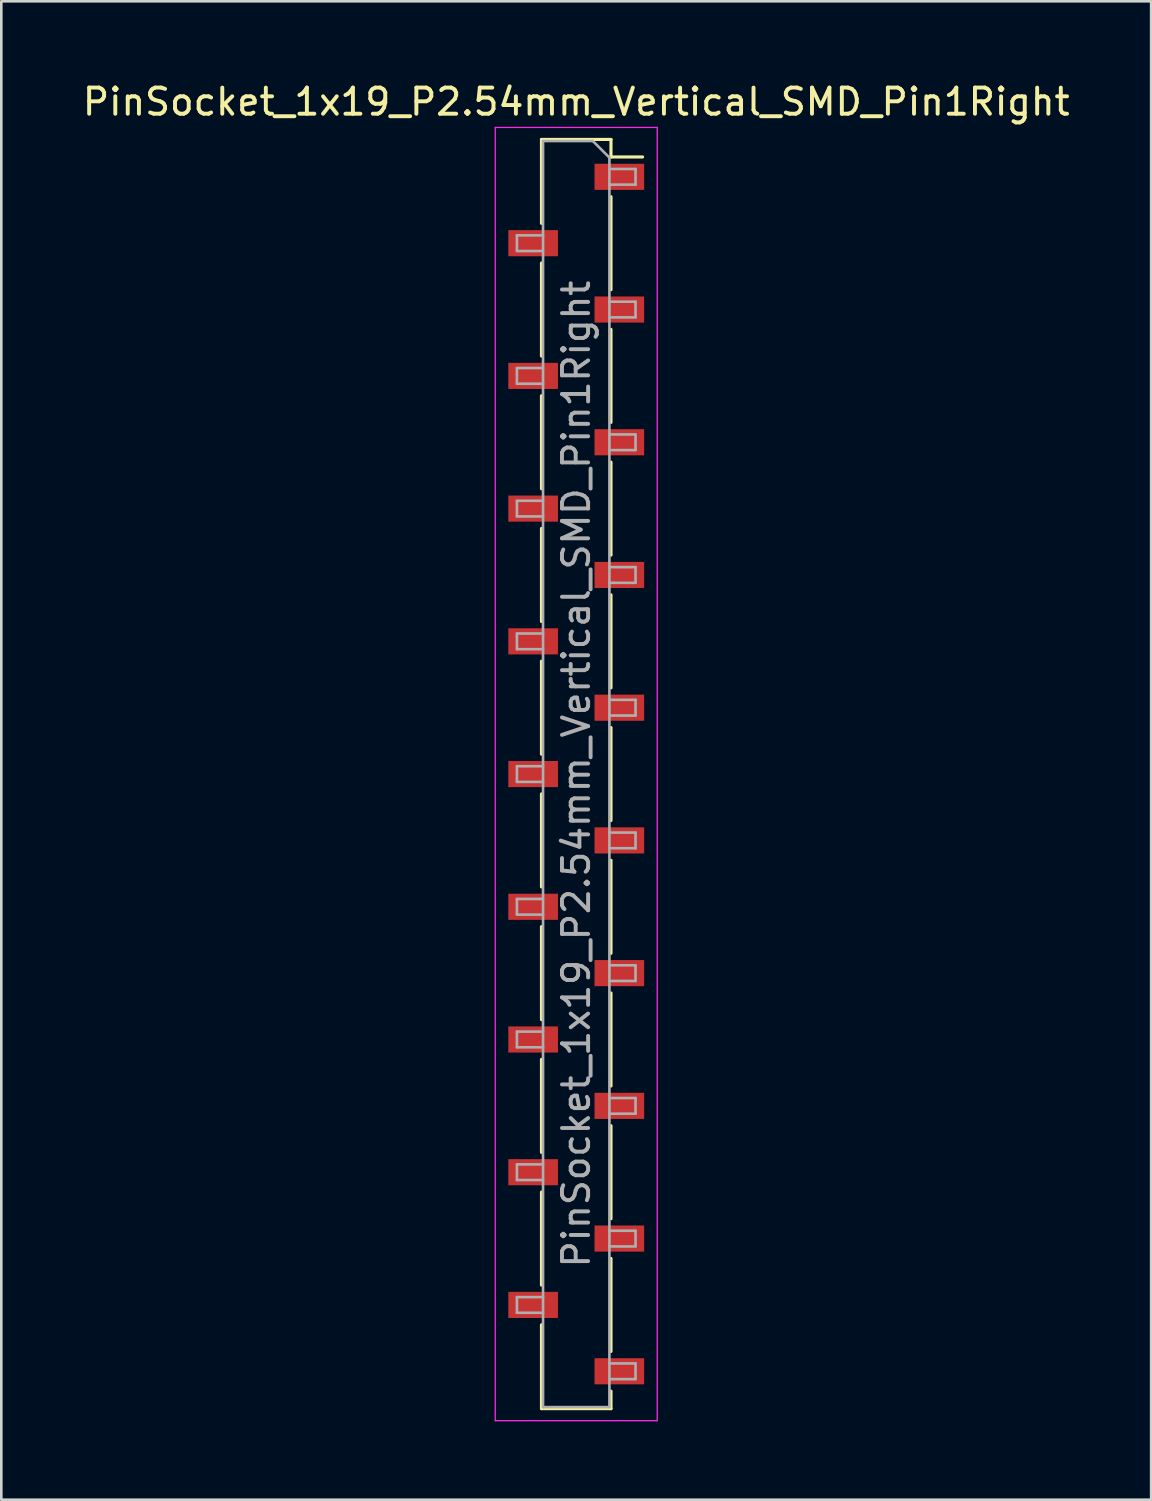
<source format=kicad_pcb>
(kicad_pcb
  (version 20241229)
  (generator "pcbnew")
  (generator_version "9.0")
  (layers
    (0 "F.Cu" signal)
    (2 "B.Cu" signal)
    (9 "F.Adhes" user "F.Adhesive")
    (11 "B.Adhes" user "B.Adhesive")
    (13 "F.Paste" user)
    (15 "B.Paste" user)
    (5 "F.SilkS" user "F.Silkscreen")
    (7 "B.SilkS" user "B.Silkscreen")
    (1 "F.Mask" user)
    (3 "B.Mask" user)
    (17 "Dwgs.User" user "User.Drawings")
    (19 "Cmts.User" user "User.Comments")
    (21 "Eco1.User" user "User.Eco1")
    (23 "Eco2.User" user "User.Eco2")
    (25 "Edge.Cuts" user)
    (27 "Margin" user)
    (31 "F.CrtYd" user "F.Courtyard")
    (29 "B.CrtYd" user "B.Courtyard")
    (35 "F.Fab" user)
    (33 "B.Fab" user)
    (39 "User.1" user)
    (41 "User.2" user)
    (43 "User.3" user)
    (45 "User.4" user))
  (footprint "PinSocket_1x19_P2.54mm_Vertical_SMD_Pin1Right"
    (layer "F.Cu")
    (at 19.006 26.578)
    (property "Reference" "PinSocket_1x19_P2.54mm_Vertical_SMD_Pin1Right" (at 0 -25.73 0) (layer "F.SilkS") (effects (font (size 1 1) (thickness 0.15))))
    (attr smd)
    (fp_line (start -1.33 -24.29) (end -1.33 -21.08) (stroke (width 0.12) (type solid)) (layer "F.SilkS"))
    (fp_line (start -1.33 -24.29) (end 1.33 -24.29) (stroke (width 0.12) (type solid)) (layer "F.SilkS"))
    (fp_line (start -1.33 -19.56) (end -1.33 -16) (stroke (width 0.12) (type solid)) (layer "F.SilkS"))
    (fp_line (start -1.33 -14.48) (end -1.33 -10.92) (stroke (width 0.12) (type solid)) (layer "F.SilkS"))
    (fp_line (start -1.33 -9.4) (end -1.33 -5.84) (stroke (width 0.12) (type solid)) (layer "F.SilkS"))
    (fp_line (start -1.33 -4.32) (end -1.33 -0.76) (stroke (width 0.12) (type solid)) (layer "F.SilkS"))
    (fp_line (start -1.33 0.76) (end -1.33 4.32) (stroke (width 0.12) (type solid)) (layer "F.SilkS"))
    (fp_line (start -1.33 5.84) (end -1.33 9.4) (stroke (width 0.12) (type solid)) (layer "F.SilkS"))
    (fp_line (start -1.33 10.92) (end -1.33 14.48) (stroke (width 0.12) (type solid)) (layer "F.SilkS"))
    (fp_line (start -1.33 16) (end -1.33 19.56) (stroke (width 0.12) (type solid)) (layer "F.SilkS"))
    (fp_line (start -1.33 21.08) (end -1.33 24.29) (stroke (width 0.12) (type solid)) (layer "F.SilkS"))
    (fp_line (start -1.33 24.29) (end 1.33 24.29) (stroke (width 0.12) (type solid)) (layer "F.SilkS"))
    (fp_line (start 1.33 -24.29) (end 1.33 -23.62) (stroke (width 0.12) (type solid)) (layer "F.SilkS"))
    (fp_line (start 1.33 -23.62) (end 2.54 -23.62) (stroke (width 0.12) (type solid)) (layer "F.SilkS"))
    (fp_line (start 1.33 -22.1) (end 1.33 -18.54) (stroke (width 0.12) (type solid)) (layer "F.SilkS"))
    (fp_line (start 1.33 -17.02) (end 1.33 -13.46) (stroke (width 0.12) (type solid)) (layer "F.SilkS"))
    (fp_line (start 1.33 -11.94) (end 1.33 -8.38) (stroke (width 0.12) (type solid)) (layer "F.SilkS"))
    (fp_line (start 1.33 -6.86) (end 1.33 -3.3) (stroke (width 0.12) (type solid)) (layer "F.SilkS"))
    (fp_line (start 1.33 -1.78) (end 1.33 1.78) (stroke (width 0.12) (type solid)) (layer "F.SilkS"))
    (fp_line (start 1.33 3.3) (end 1.33 6.86) (stroke (width 0.12) (type solid)) (layer "F.SilkS"))
    (fp_line (start 1.33 8.38) (end 1.33 11.94) (stroke (width 0.12) (type solid)) (layer "F.SilkS"))
    (fp_line (start 1.33 13.46) (end 1.33 17.02) (stroke (width 0.12) (type solid)) (layer "F.SilkS"))
    (fp_line (start 1.33 18.54) (end 1.33 22.1) (stroke (width 0.12) (type solid)) (layer "F.SilkS"))
    (fp_line (start 1.33 23.62) (end 1.33 24.29) (stroke (width 0.12) (type solid)) (layer "F.SilkS"))
    (fp_line (start -3.1 -24.75) (end 3.1 -24.75) (stroke (width 0.05) (type solid)) (layer "F.CrtYd"))
    (fp_line (start -3.1 24.75) (end -3.1 -24.75) (stroke (width 0.05) (type solid)) (layer "F.CrtYd"))
    (fp_line (start 3.1 -24.75) (end 3.1 24.75) (stroke (width 0.05) (type solid)) (layer "F.CrtYd"))
    (fp_line (start 3.1 24.75) (end -3.1 24.75) (stroke (width 0.05) (type solid)) (layer "F.CrtYd"))
    (fp_line (start -2.27 -20.62) (end -1.27 -20.62) (stroke (width 0.1) (type solid)) (layer "F.Fab"))
    (fp_line (start -2.27 -20.02) (end -2.27 -20.62) (stroke (width 0.1) (type solid)) (layer "F.Fab"))
    (fp_line (start -2.27 -15.54) (end -1.27 -15.54) (stroke (width 0.1) (type solid)) (layer "F.Fab"))
    (fp_line (start -2.27 -14.94) (end -2.27 -15.54) (stroke (width 0.1) (type solid)) (layer "F.Fab"))
    (fp_line (start -2.27 -10.46) (end -1.27 -10.46) (stroke (width 0.1) (type solid)) (layer "F.Fab"))
    (fp_line (start -2.27 -9.86) (end -2.27 -10.46) (stroke (width 0.1) (type solid)) (layer "F.Fab"))
    (fp_line (start -2.27 -5.38) (end -1.27 -5.38) (stroke (width 0.1) (type solid)) (layer "F.Fab"))
    (fp_line (start -2.27 -4.78) (end -2.27 -5.38) (stroke (width 0.1) (type solid)) (layer "F.Fab"))
    (fp_line (start -2.27 -0.3) (end -1.27 -0.3) (stroke (width 0.1) (type solid)) (layer "F.Fab"))
    (fp_line (start -2.27 0.3) (end -2.27 -0.3) (stroke (width 0.1) (type solid)) (layer "F.Fab"))
    (fp_line (start -2.27 4.78) (end -1.27 4.78) (stroke (width 0.1) (type solid)) (layer "F.Fab"))
    (fp_line (start -2.27 5.38) (end -2.27 4.78) (stroke (width 0.1) (type solid)) (layer "F.Fab"))
    (fp_line (start -2.27 9.86) (end -1.27 9.86) (stroke (width 0.1) (type solid)) (layer "F.Fab"))
    (fp_line (start -2.27 10.46) (end -2.27 9.86) (stroke (width 0.1) (type solid)) (layer "F.Fab"))
    (fp_line (start -2.27 14.94) (end -1.27 14.94) (stroke (width 0.1) (type solid)) (layer "F.Fab"))
    (fp_line (start -2.27 15.54) (end -2.27 14.94) (stroke (width 0.1) (type solid)) (layer "F.Fab"))
    (fp_line (start -2.27 20.02) (end -1.27 20.02) (stroke (width 0.1) (type solid)) (layer "F.Fab"))
    (fp_line (start -2.27 20.62) (end -2.27 20.02) (stroke (width 0.1) (type solid)) (layer "F.Fab"))
    (fp_line (start -1.27 -24.23) (end 0.635 -24.23) (stroke (width 0.1) (type solid)) (layer "F.Fab"))
    (fp_line (start -1.27 -20.02) (end -2.27 -20.02) (stroke (width 0.1) (type solid)) (layer "F.Fab"))
    (fp_line (start -1.27 -14.94) (end -2.27 -14.94) (stroke (width 0.1) (type solid)) (layer "F.Fab"))
    (fp_line (start -1.27 -9.86) (end -2.27 -9.86) (stroke (width 0.1) (type solid)) (layer "F.Fab"))
    (fp_line (start -1.27 -4.78) (end -2.27 -4.78) (stroke (width 0.1) (type solid)) (layer "F.Fab"))
    (fp_line (start -1.27 0.3) (end -2.27 0.3) (stroke (width 0.1) (type solid)) (layer "F.Fab"))
    (fp_line (start -1.27 5.38) (end -2.27 5.38) (stroke (width 0.1) (type solid)) (layer "F.Fab"))
    (fp_line (start -1.27 10.46) (end -2.27 10.46) (stroke (width 0.1) (type solid)) (layer "F.Fab"))
    (fp_line (start -1.27 15.54) (end -2.27 15.54) (stroke (width 0.1) (type solid)) (layer "F.Fab"))
    (fp_line (start -1.27 20.62) (end -2.27 20.62) (stroke (width 0.1) (type solid)) (layer "F.Fab"))
    (fp_line (start -1.27 24.23) (end -1.27 -24.23) (stroke (width 0.1) (type solid)) (layer "F.Fab"))
    (fp_line (start 0.635 -24.23) (end 1.27 -23.595) (stroke (width 0.1) (type solid)) (layer "F.Fab"))
    (fp_line (start 1.27 -23.595) (end 1.27 24.23) (stroke (width 0.1) (type solid)) (layer "F.Fab"))
    (fp_line (start 1.27 -23.16) (end 2.27 -23.16) (stroke (width 0.1) (type solid)) (layer "F.Fab"))
    (fp_line (start 1.27 -18.08) (end 2.27 -18.08) (stroke (width 0.1) (type solid)) (layer "F.Fab"))
    (fp_line (start 1.27 -13) (end 2.27 -13) (stroke (width 0.1) (type solid)) (layer "F.Fab"))
    (fp_line (start 1.27 -7.92) (end 2.27 -7.92) (stroke (width 0.1) (type solid)) (layer "F.Fab"))
    (fp_line (start 1.27 -2.84) (end 2.27 -2.84) (stroke (width 0.1) (type solid)) (layer "F.Fab"))
    (fp_line (start 1.27 2.24) (end 2.27 2.24) (stroke (width 0.1) (type solid)) (layer "F.Fab"))
    (fp_line (start 1.27 7.32) (end 2.27 7.32) (stroke (width 0.1) (type solid)) (layer "F.Fab"))
    (fp_line (start 1.27 12.4) (end 2.27 12.4) (stroke (width 0.1) (type solid)) (layer "F.Fab"))
    (fp_line (start 1.27 17.48) (end 2.27 17.48) (stroke (width 0.1) (type solid)) (layer "F.Fab"))
    (fp_line (start 1.27 22.56) (end 2.27 22.56) (stroke (width 0.1) (type solid)) (layer "F.Fab"))
    (fp_line (start 1.27 24.23) (end -1.27 24.23) (stroke (width 0.1) (type solid)) (layer "F.Fab"))
    (fp_line (start 2.27 -23.16) (end 2.27 -22.56) (stroke (width 0.1) (type solid)) (layer "F.Fab"))
    (fp_line (start 2.27 -22.56) (end 1.27 -22.56) (stroke (width 0.1) (type solid)) (layer "F.Fab"))
    (fp_line (start 2.27 -18.08) (end 2.27 -17.48) (stroke (width 0.1) (type solid)) (layer "F.Fab"))
    (fp_line (start 2.27 -17.48) (end 1.27 -17.48) (stroke (width 0.1) (type solid)) (layer "F.Fab"))
    (fp_line (start 2.27 -13) (end 2.27 -12.4) (stroke (width 0.1) (type solid)) (layer "F.Fab"))
    (fp_line (start 2.27 -12.4) (end 1.27 -12.4) (stroke (width 0.1) (type solid)) (layer "F.Fab"))
    (fp_line (start 2.27 -7.92) (end 2.27 -7.32) (stroke (width 0.1) (type solid)) (layer "F.Fab"))
    (fp_line (start 2.27 -7.32) (end 1.27 -7.32) (stroke (width 0.1) (type solid)) (layer "F.Fab"))
    (fp_line (start 2.27 -2.84) (end 2.27 -2.24) (stroke (width 0.1) (type solid)) (layer "F.Fab"))
    (fp_line (start 2.27 -2.24) (end 1.27 -2.24) (stroke (width 0.1) (type solid)) (layer "F.Fab"))
    (fp_line (start 2.27 2.24) (end 2.27 2.84) (stroke (width 0.1) (type solid)) (layer "F.Fab"))
    (fp_line (start 2.27 2.84) (end 1.27 2.84) (stroke (width 0.1) (type solid)) (layer "F.Fab"))
    (fp_line (start 2.27 7.32) (end 2.27 7.92) (stroke (width 0.1) (type solid)) (layer "F.Fab"))
    (fp_line (start 2.27 7.92) (end 1.27 7.92) (stroke (width 0.1) (type solid)) (layer "F.Fab"))
    (fp_line (start 2.27 12.4) (end 2.27 13) (stroke (width 0.1) (type solid)) (layer "F.Fab"))
    (fp_line (start 2.27 13) (end 1.27 13) (stroke (width 0.1) (type solid)) (layer "F.Fab"))
    (fp_line (start 2.27 17.48) (end 2.27 18.08) (stroke (width 0.1) (type solid)) (layer "F.Fab"))
    (fp_line (start 2.27 18.08) (end 1.27 18.08) (stroke (width 0.1) (type solid)) (layer "F.Fab"))
    (fp_line (start 2.27 22.56) (end 2.27 23.16) (stroke (width 0.1) (type solid)) (layer "F.Fab"))
    (fp_line (start 2.27 23.16) (end 1.27 23.16) (stroke (width 0.1) (type solid)) (layer "F.Fab"))
    (fp_text user "${REFERENCE}" (at 0 0 90) (layer "F.Fab") (effects (font (size 1 1) (thickness 0.15))))
    (pad "1" smd rect (at 1.65 -22.86) (size 1.9 1) (layers "F.Cu" "F.Mask" "F.Paste"))
    (pad "2" smd rect (at -1.65 -20.32) (size 1.9 1) (layers "F.Cu" "F.Mask" "F.Paste"))
    (pad "3" smd rect (at 1.65 -17.78) (size 1.9 1) (layers "F.Cu" "F.Mask" "F.Paste"))
    (pad "4" smd rect (at -1.65 -15.24) (size 1.9 1) (layers "F.Cu" "F.Mask" "F.Paste"))
    (pad "5" smd rect (at 1.65 -12.7) (size 1.9 1) (layers "F.Cu" "F.Mask" "F.Paste"))
    (pad "6" smd rect (at -1.65 -10.16) (size 1.9 1) (layers "F.Cu" "F.Mask" "F.Paste"))
    (pad "7" smd rect (at 1.65 -7.62) (size 1.9 1) (layers "F.Cu" "F.Mask" "F.Paste"))
    (pad "8" smd rect (at -1.65 -5.08) (size 1.9 1) (layers "F.Cu" "F.Mask" "F.Paste"))
    (pad "9" smd rect (at 1.65 -2.54) (size 1.9 1) (layers "F.Cu" "F.Mask" "F.Paste"))
    (pad "10" smd rect (at -1.65 0) (size 1.9 1) (layers "F.Cu" "F.Mask" "F.Paste"))
    (pad "11" smd rect (at 1.65 2.54) (size 1.9 1) (layers "F.Cu" "F.Mask" "F.Paste"))
    (pad "12" smd rect (at -1.65 5.08) (size 1.9 1) (layers "F.Cu" "F.Mask" "F.Paste"))
    (pad "13" smd rect (at 1.65 7.62) (size 1.9 1) (layers "F.Cu" "F.Mask" "F.Paste"))
    (pad "14" smd rect (at -1.65 10.16) (size 1.9 1) (layers "F.Cu" "F.Mask" "F.Paste"))
    (pad "15" smd rect (at 1.65 12.7) (size 1.9 1) (layers "F.Cu" "F.Mask" "F.Paste"))
    (pad "16" smd rect (at -1.65 15.24) (size 1.9 1) (layers "F.Cu" "F.Mask" "F.Paste"))
    (pad "17" smd rect (at 1.65 17.78) (size 1.9 1) (layers "F.Cu" "F.Mask" "F.Paste"))
    (pad "18" smd rect (at -1.65 20.32) (size 1.9 1) (layers "F.Cu" "F.Mask" "F.Paste"))
    (pad "19" smd rect (at 1.65 22.86) (size 1.9 1) (layers "F.Cu" "F.Mask" "F.Paste")))
  (gr_rect
    (start -3 -3)
    (end 41.012 54.353)
    (stroke (width 0.1) (type default))
    (fill no)
    (layer "Edge.Cuts")))
</source>
